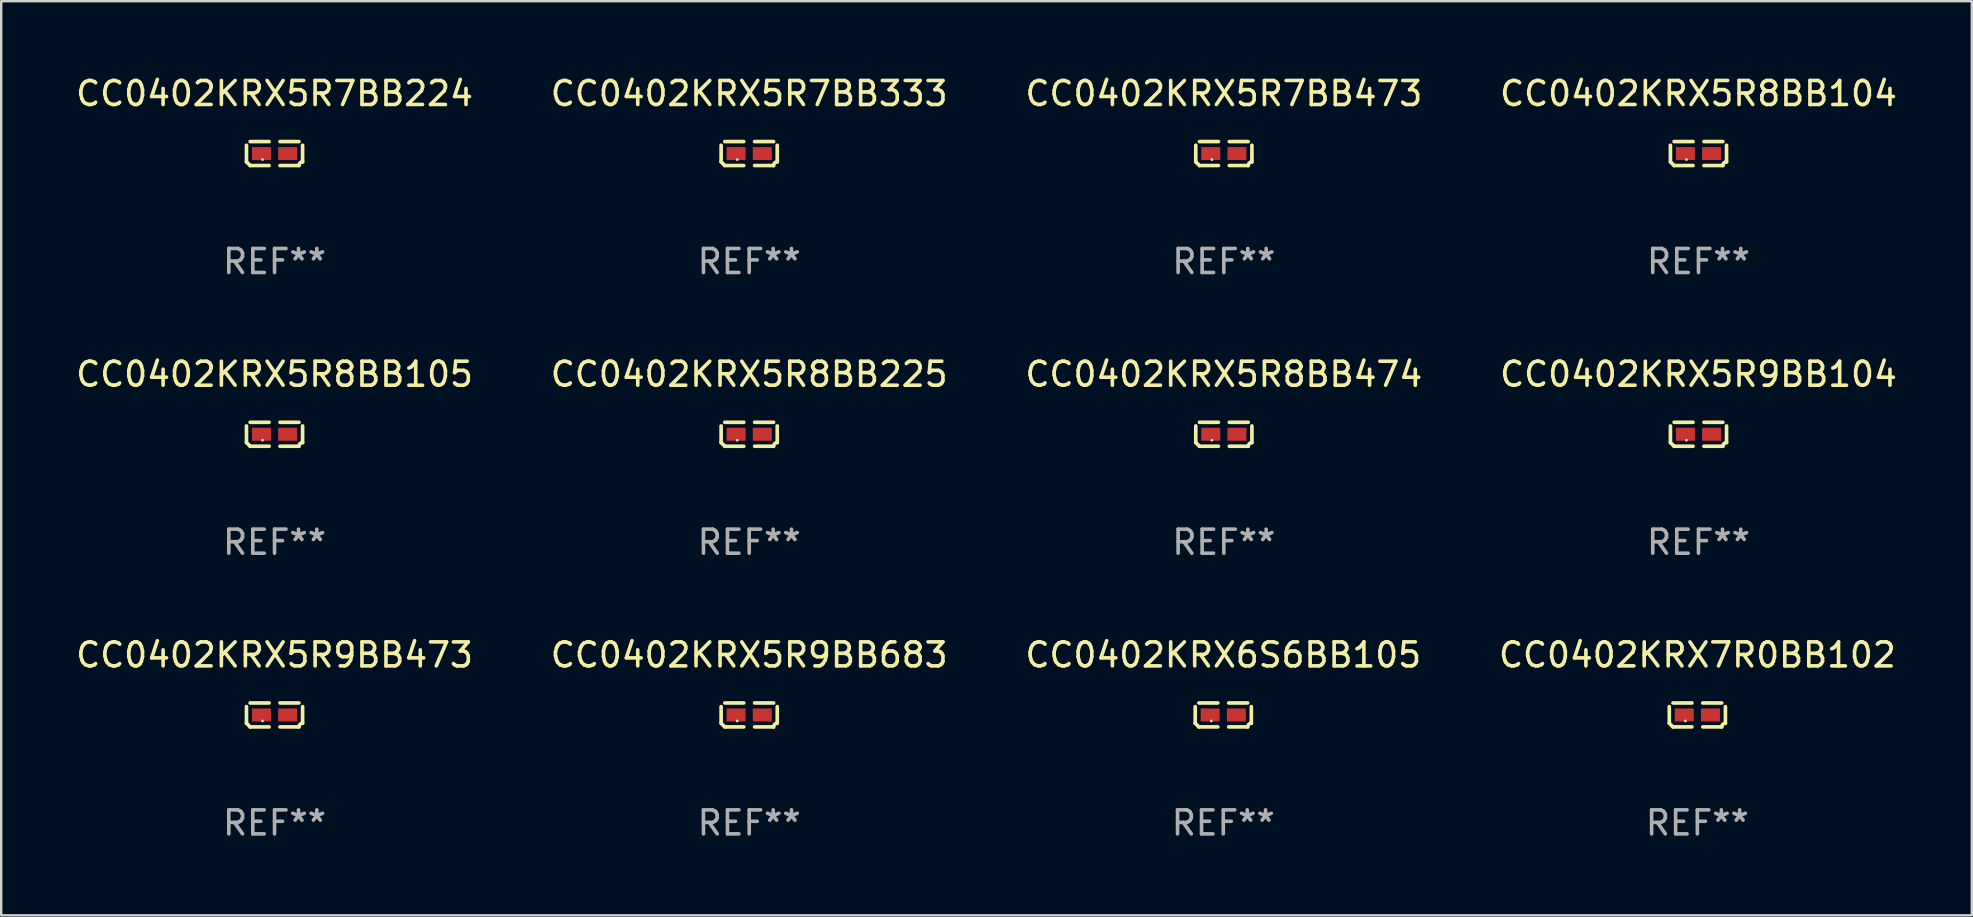
<source format=kicad_pcb>
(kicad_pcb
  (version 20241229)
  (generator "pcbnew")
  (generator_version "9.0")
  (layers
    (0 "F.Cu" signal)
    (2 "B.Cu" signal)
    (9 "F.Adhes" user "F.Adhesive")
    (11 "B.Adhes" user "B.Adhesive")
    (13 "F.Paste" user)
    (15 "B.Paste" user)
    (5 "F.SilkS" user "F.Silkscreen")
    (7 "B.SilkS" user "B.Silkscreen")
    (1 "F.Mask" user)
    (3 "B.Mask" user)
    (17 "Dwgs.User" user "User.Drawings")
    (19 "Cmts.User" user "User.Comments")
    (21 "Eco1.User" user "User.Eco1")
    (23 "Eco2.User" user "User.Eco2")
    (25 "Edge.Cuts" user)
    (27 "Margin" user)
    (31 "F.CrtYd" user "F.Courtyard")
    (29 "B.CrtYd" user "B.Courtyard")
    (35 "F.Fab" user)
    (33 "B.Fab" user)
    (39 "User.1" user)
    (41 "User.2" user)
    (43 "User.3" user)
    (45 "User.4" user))
  (footprint "CC0402KRX7R0BB102"
    (layer "F.Cu")
    (at 67.661 26.734)
    (property "Reference" "CC0402KRX7R0BB102" (at 0 -2.499 0) (layer "F.SilkS") (effects (font (size 1 1) (thickness 0.15))))
    (attr through_hole)
    (fp_line (start -1.169 0.346) (end -1.169 -0.346) (stroke (width 0.152) (type solid)) (layer "F.SilkS"))
    (fp_line (start -1.016 -0.499) (end -0.226 -0.499) (stroke (width 0.152) (type solid)) (layer "F.SilkS"))
    (fp_line (start -0.226 0.499) (end -1.016 0.499) (stroke (width 0.152) (type solid)) (layer "F.SilkS"))
    (fp_line (start 0.226 0.499) (end 1.016 0.499) (stroke (width 0.152) (type solid)) (layer "F.SilkS"))
    (fp_line (start 1.016 -0.499) (end 0.226 -0.499) (stroke (width 0.152) (type solid)) (layer "F.SilkS"))
    (fp_line (start 1.169 0.346) (end 1.169 -0.346) (stroke (width 0.152) (type solid)) (layer "F.SilkS"))
    (fp_arc (start -1.016307 0.498603) (mid -1.092512 0.422405) (end -1.16871 0.3462) (stroke (width 0.1524) (type solid)) (layer "F.SilkS"))
    (fp_arc (start 1.016307 0.498603) (mid 1.060899 0.390758) (end 1.168707 0.346076) (stroke (width 0.1524) (type solid)) (layer "F.SilkS"))
    (fp_circle (center -0.5 0.25) (end -0.47 0.25) (stroke (width 0.06) (type solid)) (fill no) (layer "F.SilkS"))
    (fp_text user "REF**" (at 0 4.499 0) (layer "F.Fab") (effects (font (size 1 1) (thickness 0.15))))
    (pad "1" smd rect (at -0.545 0) (size 0.79 0.54) (layers "F.Cu" "F.Mask" "F.Paste"))
    (pad "2" smd rect (at 0.545 0) (size 0.79 0.54) (layers "F.Cu" "F.Mask" "F.Paste")))
  (footprint "CC0402KRX5R9BB473"
    (layer "F.Cu")
    (at 8.387 26.734)
    (property "Reference" "CC0402KRX5R9BB473" (at 0 -2.499 0) (layer "F.SilkS") (effects (font (size 1 1) (thickness 0.15))))
    (attr through_hole)
    (fp_line (start -1.169 0.346) (end -1.169 -0.346) (stroke (width 0.152) (type solid)) (layer "F.SilkS"))
    (fp_line (start -1.016 -0.499) (end -0.226 -0.499) (stroke (width 0.152) (type solid)) (layer "F.SilkS"))
    (fp_line (start -0.226 0.499) (end -1.016 0.499) (stroke (width 0.152) (type solid)) (layer "F.SilkS"))
    (fp_line (start 0.226 0.499) (end 1.016 0.499) (stroke (width 0.152) (type solid)) (layer "F.SilkS"))
    (fp_line (start 1.016 -0.499) (end 0.226 -0.499) (stroke (width 0.152) (type solid)) (layer "F.SilkS"))
    (fp_line (start 1.169 0.346) (end 1.169 -0.346) (stroke (width 0.152) (type solid)) (layer "F.SilkS"))
    (fp_arc (start -1.016307 0.498603) (mid -1.092512 0.422405) (end -1.16871 0.3462) (stroke (width 0.1524) (type solid)) (layer "F.SilkS"))
    (fp_arc (start 1.016307 0.498603) (mid 1.060899 0.390758) (end 1.168707 0.346076) (stroke (width 0.1524) (type solid)) (layer "F.SilkS"))
    (fp_circle (center -0.5 0.25) (end -0.47 0.25) (stroke (width 0.06) (type solid)) (fill no) (layer "F.SilkS"))
    (fp_text user "REF**" (at 0 4.499 0) (layer "F.Fab") (effects (font (size 1 1) (thickness 0.15))))
    (pad "1" smd rect (at -0.545 0) (size 0.79 0.54) (layers "F.Cu" "F.Mask" "F.Paste"))
    (pad "2" smd rect (at 0.545 0) (size 0.79 0.54) (layers "F.Cu" "F.Mask" "F.Paste")))
  (footprint "CC0402KRX5R8BB104"
    (layer "F.Cu")
    (at 67.708 3.347)
    (property "Reference" "CC0402KRX5R8BB104" (at 0 -2.499 0) (layer "F.SilkS") (effects (font (size 1 1) (thickness 0.15))))
    (attr through_hole)
    (fp_line (start -1.169 0.346) (end -1.169 -0.346) (stroke (width 0.152) (type solid)) (layer "F.SilkS"))
    (fp_line (start -1.016 -0.499) (end -0.226 -0.499) (stroke (width 0.152) (type solid)) (layer "F.SilkS"))
    (fp_line (start -0.226 0.499) (end -1.016 0.499) (stroke (width 0.152) (type solid)) (layer "F.SilkS"))
    (fp_line (start 0.226 0.499) (end 1.016 0.499) (stroke (width 0.152) (type solid)) (layer "F.SilkS"))
    (fp_line (start 1.016 -0.499) (end 0.226 -0.499) (stroke (width 0.152) (type solid)) (layer "F.SilkS"))
    (fp_line (start 1.169 0.346) (end 1.169 -0.346) (stroke (width 0.152) (type solid)) (layer "F.SilkS"))
    (fp_arc (start -1.016307 0.498603) (mid -1.092512 0.422405) (end -1.16871 0.3462) (stroke (width 0.1524) (type solid)) (layer "F.SilkS"))
    (fp_arc (start 1.016307 0.498603) (mid 1.060899 0.390758) (end 1.168707 0.346076) (stroke (width 0.1524) (type solid)) (layer "F.SilkS"))
    (fp_circle (center -0.5 0.25) (end -0.47 0.25) (stroke (width 0.06) (type solid)) (fill no) (layer "F.SilkS"))
    (fp_text user "REF**" (at 0 4.499 0) (layer "F.Fab") (effects (font (size 1 1) (thickness 0.15))))
    (pad "1" smd rect (at -0.545 0) (size 0.79 0.54) (layers "F.Cu" "F.Mask" "F.Paste"))
    (pad "2" smd rect (at 0.545 0) (size 0.79 0.54) (layers "F.Cu" "F.Mask" "F.Paste")))
  (footprint "CC0402KRX5R8BB474"
    (layer "F.Cu")
    (at 47.935 15.041)
    (property "Reference" "CC0402KRX5R8BB474" (at 0 -2.499 0) (layer "F.SilkS") (effects (font (size 1 1) (thickness 0.15))))
    (attr through_hole)
    (fp_line (start -1.169 0.346) (end -1.169 -0.346) (stroke (width 0.152) (type solid)) (layer "F.SilkS"))
    (fp_line (start -1.016 -0.499) (end -0.226 -0.499) (stroke (width 0.152) (type solid)) (layer "F.SilkS"))
    (fp_line (start -0.226 0.499) (end -1.016 0.499) (stroke (width 0.152) (type solid)) (layer "F.SilkS"))
    (fp_line (start 0.226 0.499) (end 1.016 0.499) (stroke (width 0.152) (type solid)) (layer "F.SilkS"))
    (fp_line (start 1.016 -0.499) (end 0.226 -0.499) (stroke (width 0.152) (type solid)) (layer "F.SilkS"))
    (fp_line (start 1.169 0.346) (end 1.169 -0.346) (stroke (width 0.152) (type solid)) (layer "F.SilkS"))
    (fp_arc (start -1.016307 0.498603) (mid -1.092512 0.422405) (end -1.16871 0.3462) (stroke (width 0.1524) (type solid)) (layer "F.SilkS"))
    (fp_arc (start 1.016307 0.498603) (mid 1.060899 0.390758) (end 1.168707 0.346076) (stroke (width 0.1524) (type solid)) (layer "F.SilkS"))
    (fp_circle (center -0.5 0.25) (end -0.47 0.25) (stroke (width 0.06) (type solid)) (fill no) (layer "F.SilkS"))
    (fp_text user "REF**" (at 0 4.499 0) (layer "F.Fab") (effects (font (size 1 1) (thickness 0.15))))
    (pad "1" smd rect (at -0.545 0) (size 0.79 0.54) (layers "F.Cu" "F.Mask" "F.Paste"))
    (pad "2" smd rect (at 0.545 0) (size 0.79 0.54) (layers "F.Cu" "F.Mask" "F.Paste")))
  (footprint "CC0402KRX5R8BB225"
    (layer "F.Cu")
    (at 28.161 15.041)
    (property "Reference" "CC0402KRX5R8BB225" (at 0 -2.499 0) (layer "F.SilkS") (effects (font (size 1 1) (thickness 0.15))))
    (attr through_hole)
    (fp_line (start -1.169 0.346) (end -1.169 -0.346) (stroke (width 0.152) (type solid)) (layer "F.SilkS"))
    (fp_line (start -1.016 -0.499) (end -0.226 -0.499) (stroke (width 0.152) (type solid)) (layer "F.SilkS"))
    (fp_line (start -0.226 0.499) (end -1.016 0.499) (stroke (width 0.152) (type solid)) (layer "F.SilkS"))
    (fp_line (start 0.226 0.499) (end 1.016 0.499) (stroke (width 0.152) (type solid)) (layer "F.SilkS"))
    (fp_line (start 1.016 -0.499) (end 0.226 -0.499) (stroke (width 0.152) (type solid)) (layer "F.SilkS"))
    (fp_line (start 1.169 0.346) (end 1.169 -0.346) (stroke (width 0.152) (type solid)) (layer "F.SilkS"))
    (fp_arc (start -1.016307 0.498603) (mid -1.092512 0.422405) (end -1.16871 0.3462) (stroke (width 0.1524) (type solid)) (layer "F.SilkS"))
    (fp_arc (start 1.016307 0.498603) (mid 1.060899 0.390758) (end 1.168707 0.346076) (stroke (width 0.1524) (type solid)) (layer "F.SilkS"))
    (fp_circle (center -0.5 0.25) (end -0.47 0.25) (stroke (width 0.06) (type solid)) (fill no) (layer "F.SilkS"))
    (fp_text user "REF**" (at 0 4.499 0) (layer "F.Fab") (effects (font (size 1 1) (thickness 0.15))))
    (pad "1" smd rect (at -0.545 0) (size 0.79 0.54) (layers "F.Cu" "F.Mask" "F.Paste"))
    (pad "2" smd rect (at 0.545 0) (size 0.79 0.54) (layers "F.Cu" "F.Mask" "F.Paste")))
  (footprint "CC0402KRX5R9BB683"
    (layer "F.Cu")
    (at 28.161 26.734)
    (property "Reference" "CC0402KRX5R9BB683" (at 0 -2.499 0) (layer "F.SilkS") (effects (font (size 1 1) (thickness 0.15))))
    (attr through_hole)
    (fp_line (start -1.169 0.346) (end -1.169 -0.346) (stroke (width 0.152) (type solid)) (layer "F.SilkS"))
    (fp_line (start -1.016 -0.499) (end -0.226 -0.499) (stroke (width 0.152) (type solid)) (layer "F.SilkS"))
    (fp_line (start -0.226 0.499) (end -1.016 0.499) (stroke (width 0.152) (type solid)) (layer "F.SilkS"))
    (fp_line (start 0.226 0.499) (end 1.016 0.499) (stroke (width 0.152) (type solid)) (layer "F.SilkS"))
    (fp_line (start 1.016 -0.499) (end 0.226 -0.499) (stroke (width 0.152) (type solid)) (layer "F.SilkS"))
    (fp_line (start 1.169 0.346) (end 1.169 -0.346) (stroke (width 0.152) (type solid)) (layer "F.SilkS"))
    (fp_arc (start -1.016307 0.498603) (mid -1.092512 0.422405) (end -1.16871 0.3462) (stroke (width 0.1524) (type solid)) (layer "F.SilkS"))
    (fp_arc (start 1.016307 0.498603) (mid 1.060899 0.390758) (end 1.168707 0.346076) (stroke (width 0.1524) (type solid)) (layer "F.SilkS"))
    (fp_circle (center -0.5 0.25) (end -0.47 0.25) (stroke (width 0.06) (type solid)) (fill no) (layer "F.SilkS"))
    (fp_text user "REF**" (at 0 4.499 0) (layer "F.Fab") (effects (font (size 1 1) (thickness 0.15))))
    (pad "1" smd rect (at -0.545 0) (size 0.79 0.54) (layers "F.Cu" "F.Mask" "F.Paste"))
    (pad "2" smd rect (at 0.545 0) (size 0.79 0.54) (layers "F.Cu" "F.Mask" "F.Paste")))
  (footprint "CC0402KRX5R8BB105"
    (layer "F.Cu")
    (at 8.387 15.041)
    (property "Reference" "CC0402KRX5R8BB105" (at 0 -2.499 0) (layer "F.SilkS") (effects (font (size 1 1) (thickness 0.15))))
    (attr through_hole)
    (fp_line (start -1.169 0.346) (end -1.169 -0.346) (stroke (width 0.152) (type solid)) (layer "F.SilkS"))
    (fp_line (start -1.016 -0.499) (end -0.226 -0.499) (stroke (width 0.152) (type solid)) (layer "F.SilkS"))
    (fp_line (start -0.226 0.499) (end -1.016 0.499) (stroke (width 0.152) (type solid)) (layer "F.SilkS"))
    (fp_line (start 0.226 0.499) (end 1.016 0.499) (stroke (width 0.152) (type solid)) (layer "F.SilkS"))
    (fp_line (start 1.016 -0.499) (end 0.226 -0.499) (stroke (width 0.152) (type solid)) (layer "F.SilkS"))
    (fp_line (start 1.169 0.346) (end 1.169 -0.346) (stroke (width 0.152) (type solid)) (layer "F.SilkS"))
    (fp_arc (start -1.016307 0.498603) (mid -1.092512 0.422405) (end -1.16871 0.3462) (stroke (width 0.1524) (type solid)) (layer "F.SilkS"))
    (fp_arc (start 1.016307 0.498603) (mid 1.060899 0.390758) (end 1.168707 0.346076) (stroke (width 0.1524) (type solid)) (layer "F.SilkS"))
    (fp_circle (center -0.5 0.25) (end -0.47 0.25) (stroke (width 0.06) (type solid)) (fill no) (layer "F.SilkS"))
    (fp_text user "REF**" (at 0 4.499 0) (layer "F.Fab") (effects (font (size 1 1) (thickness 0.15))))
    (pad "1" smd rect (at -0.545 0) (size 0.79 0.54) (layers "F.Cu" "F.Mask" "F.Paste"))
    (pad "2" smd rect (at 0.545 0) (size 0.79 0.54) (layers "F.Cu" "F.Mask" "F.Paste")))
  (footprint "CC0402KRX5R7BB333"
    (layer "F.Cu")
    (at 28.161 3.347)
    (property "Reference" "CC0402KRX5R7BB333" (at 0 -2.499 0) (layer "F.SilkS") (effects (font (size 1 1) (thickness 0.15))))
    (attr through_hole)
    (fp_line (start -1.169 0.346) (end -1.169 -0.346) (stroke (width 0.152) (type solid)) (layer "F.SilkS"))
    (fp_line (start -1.016 -0.499) (end -0.226 -0.499) (stroke (width 0.152) (type solid)) (layer "F.SilkS"))
    (fp_line (start -0.226 0.499) (end -1.016 0.499) (stroke (width 0.152) (type solid)) (layer "F.SilkS"))
    (fp_line (start 0.226 0.499) (end 1.016 0.499) (stroke (width 0.152) (type solid)) (layer "F.SilkS"))
    (fp_line (start 1.016 -0.499) (end 0.226 -0.499) (stroke (width 0.152) (type solid)) (layer "F.SilkS"))
    (fp_line (start 1.169 0.346) (end 1.169 -0.346) (stroke (width 0.152) (type solid)) (layer "F.SilkS"))
    (fp_arc (start -1.016307 0.498603) (mid -1.092512 0.422405) (end -1.16871 0.3462) (stroke (width 0.1524) (type solid)) (layer "F.SilkS"))
    (fp_arc (start 1.016307 0.498603) (mid 1.060899 0.390758) (end 1.168707 0.346076) (stroke (width 0.1524) (type solid)) (layer "F.SilkS"))
    (fp_circle (center -0.5 0.25) (end -0.47 0.25) (stroke (width 0.06) (type solid)) (fill no) (layer "F.SilkS"))
    (fp_text user "REF**" (at 0 4.499 0) (layer "F.Fab") (effects (font (size 1 1) (thickness 0.15))))
    (pad "1" smd rect (at -0.545 0) (size 0.79 0.54) (layers "F.Cu" "F.Mask" "F.Paste"))
    (pad "2" smd rect (at 0.545 0) (size 0.79 0.54) (layers "F.Cu" "F.Mask" "F.Paste")))
  (footprint "CC0402KRX5R7BB473"
    (layer "F.Cu")
    (at 47.935 3.347)
    (property "Reference" "CC0402KRX5R7BB473" (at 0 -2.499 0) (layer "F.SilkS") (effects (font (size 1 1) (thickness 0.15))))
    (attr through_hole)
    (fp_line (start -1.169 0.346) (end -1.169 -0.346) (stroke (width 0.152) (type solid)) (layer "F.SilkS"))
    (fp_line (start -1.016 -0.499) (end -0.226 -0.499) (stroke (width 0.152) (type solid)) (layer "F.SilkS"))
    (fp_line (start -0.226 0.499) (end -1.016 0.499) (stroke (width 0.152) (type solid)) (layer "F.SilkS"))
    (fp_line (start 0.226 0.499) (end 1.016 0.499) (stroke (width 0.152) (type solid)) (layer "F.SilkS"))
    (fp_line (start 1.016 -0.499) (end 0.226 -0.499) (stroke (width 0.152) (type solid)) (layer "F.SilkS"))
    (fp_line (start 1.169 0.346) (end 1.169 -0.346) (stroke (width 0.152) (type solid)) (layer "F.SilkS"))
    (fp_arc (start -1.016307 0.498603) (mid -1.092512 0.422405) (end -1.16871 0.3462) (stroke (width 0.1524) (type solid)) (layer "F.SilkS"))
    (fp_arc (start 1.016307 0.498603) (mid 1.060899 0.390758) (end 1.168707 0.346076) (stroke (width 0.1524) (type solid)) (layer "F.SilkS"))
    (fp_circle (center -0.5 0.25) (end -0.47 0.25) (stroke (width 0.06) (type solid)) (fill no) (layer "F.SilkS"))
    (fp_text user "REF**" (at 0 4.499 0) (layer "F.Fab") (effects (font (size 1 1) (thickness 0.15))))
    (pad "1" smd rect (at -0.545 0) (size 0.79 0.54) (layers "F.Cu" "F.Mask" "F.Paste"))
    (pad "2" smd rect (at 0.545 0) (size 0.79 0.54) (layers "F.Cu" "F.Mask" "F.Paste")))
  (footprint "CC0402KRX6S6BB105"
    (layer "F.Cu")
    (at 47.911 26.734)
    (property "Reference" "CC0402KRX6S6BB105" (at 0 -2.499 0) (layer "F.SilkS") (effects (font (size 1 1) (thickness 0.15))))
    (attr through_hole)
    (fp_line (start -1.169 0.346) (end -1.169 -0.346) (stroke (width 0.152) (type solid)) (layer "F.SilkS"))
    (fp_line (start -1.016 -0.499) (end -0.226 -0.499) (stroke (width 0.152) (type solid)) (layer "F.SilkS"))
    (fp_line (start -0.226 0.499) (end -1.016 0.499) (stroke (width 0.152) (type solid)) (layer "F.SilkS"))
    (fp_line (start 0.226 0.499) (end 1.016 0.499) (stroke (width 0.152) (type solid)) (layer "F.SilkS"))
    (fp_line (start 1.016 -0.499) (end 0.226 -0.499) (stroke (width 0.152) (type solid)) (layer "F.SilkS"))
    (fp_line (start 1.169 0.346) (end 1.169 -0.346) (stroke (width 0.152) (type solid)) (layer "F.SilkS"))
    (fp_arc (start -1.016307 0.498603) (mid -1.092512 0.422405) (end -1.16871 0.3462) (stroke (width 0.1524) (type solid)) (layer "F.SilkS"))
    (fp_arc (start 1.016307 0.498603) (mid 1.060899 0.390758) (end 1.168707 0.346076) (stroke (width 0.1524) (type solid)) (layer "F.SilkS"))
    (fp_circle (center -0.5 0.25) (end -0.47 0.25) (stroke (width 0.06) (type solid)) (fill no) (layer "F.SilkS"))
    (fp_text user "REF**" (at 0 4.499 0) (layer "F.Fab") (effects (font (size 1 1) (thickness 0.15))))
    (pad "1" smd rect (at -0.545 0) (size 0.79 0.54) (layers "F.Cu" "F.Mask" "F.Paste"))
    (pad "2" smd rect (at 0.545 0) (size 0.79 0.54) (layers "F.Cu" "F.Mask" "F.Paste")))
  (footprint "CC0402KRX5R9BB104"
    (layer "F.Cu")
    (at 67.708 15.041)
    (property "Reference" "CC0402KRX5R9BB104" (at 0 -2.499 0) (layer "F.SilkS") (effects (font (size 1 1) (thickness 0.15))))
    (attr through_hole)
    (fp_line (start -1.169 0.346) (end -1.169 -0.346) (stroke (width 0.152) (type solid)) (layer "F.SilkS"))
    (fp_line (start -1.016 -0.499) (end -0.226 -0.499) (stroke (width 0.152) (type solid)) (layer "F.SilkS"))
    (fp_line (start -0.226 0.499) (end -1.016 0.499) (stroke (width 0.152) (type solid)) (layer "F.SilkS"))
    (fp_line (start 0.226 0.499) (end 1.016 0.499) (stroke (width 0.152) (type solid)) (layer "F.SilkS"))
    (fp_line (start 1.016 -0.499) (end 0.226 -0.499) (stroke (width 0.152) (type solid)) (layer "F.SilkS"))
    (fp_line (start 1.169 0.346) (end 1.169 -0.346) (stroke (width 0.152) (type solid)) (layer "F.SilkS"))
    (fp_arc (start -1.016307 0.498603) (mid -1.092512 0.422405) (end -1.16871 0.3462) (stroke (width 0.1524) (type solid)) (layer "F.SilkS"))
    (fp_arc (start 1.016307 0.498603) (mid 1.060899 0.390758) (end 1.168707 0.346076) (stroke (width 0.1524) (type solid)) (layer "F.SilkS"))
    (fp_circle (center -0.5 0.25) (end -0.47 0.25) (stroke (width 0.06) (type solid)) (fill no) (layer "F.SilkS"))
    (fp_text user "REF**" (at 0 4.499 0) (layer "F.Fab") (effects (font (size 1 1) (thickness 0.15))))
    (pad "1" smd rect (at -0.545 0) (size 0.79 0.54) (layers "F.Cu" "F.Mask" "F.Paste"))
    (pad "2" smd rect (at 0.545 0) (size 0.79 0.54) (layers "F.Cu" "F.Mask" "F.Paste")))
  (footprint "CC0402KRX5R7BB224"
    (layer "F.Cu")
    (at 8.387 3.347)
    (property "Reference" "CC0402KRX5R7BB224" (at 0 -2.499 0) (layer "F.SilkS") (effects (font (size 1 1) (thickness 0.15))))
    (attr through_hole)
    (fp_line (start -1.169 0.346) (end -1.169 -0.346) (stroke (width 0.152) (type solid)) (layer "F.SilkS"))
    (fp_line (start -1.016 -0.499) (end -0.226 -0.499) (stroke (width 0.152) (type solid)) (layer "F.SilkS"))
    (fp_line (start -0.226 0.499) (end -1.016 0.499) (stroke (width 0.152) (type solid)) (layer "F.SilkS"))
    (fp_line (start 0.226 0.499) (end 1.016 0.499) (stroke (width 0.152) (type solid)) (layer "F.SilkS"))
    (fp_line (start 1.016 -0.499) (end 0.226 -0.499) (stroke (width 0.152) (type solid)) (layer "F.SilkS"))
    (fp_line (start 1.169 0.346) (end 1.169 -0.346) (stroke (width 0.152) (type solid)) (layer "F.SilkS"))
    (fp_arc (start -1.016307 0.498603) (mid -1.092512 0.422405) (end -1.16871 0.3462) (stroke (width 0.1524) (type solid)) (layer "F.SilkS"))
    (fp_arc (start 1.016307 0.498603) (mid 1.060899 0.390758) (end 1.168707 0.346076) (stroke (width 0.1524) (type solid)) (layer "F.SilkS"))
    (fp_circle (center -0.5 0.25) (end -0.47 0.25) (stroke (width 0.06) (type solid)) (fill no) (layer "F.SilkS"))
    (fp_text user "REF**" (at 0 4.499 0) (layer "F.Fab") (effects (font (size 1 1) (thickness 0.15))))
    (pad "1" smd rect (at -0.545 0) (size 0.79 0.54) (layers "F.Cu" "F.Mask" "F.Paste"))
    (pad "2" smd rect (at 0.545 0) (size 0.79 0.54) (layers "F.Cu" "F.Mask" "F.Paste")))
  (gr_rect
    (start -3 -3)
    (end 79.095 35.081)
    (stroke (width 0.1) (type default))
    (fill no)
    (layer "Edge.Cuts")))
</source>
